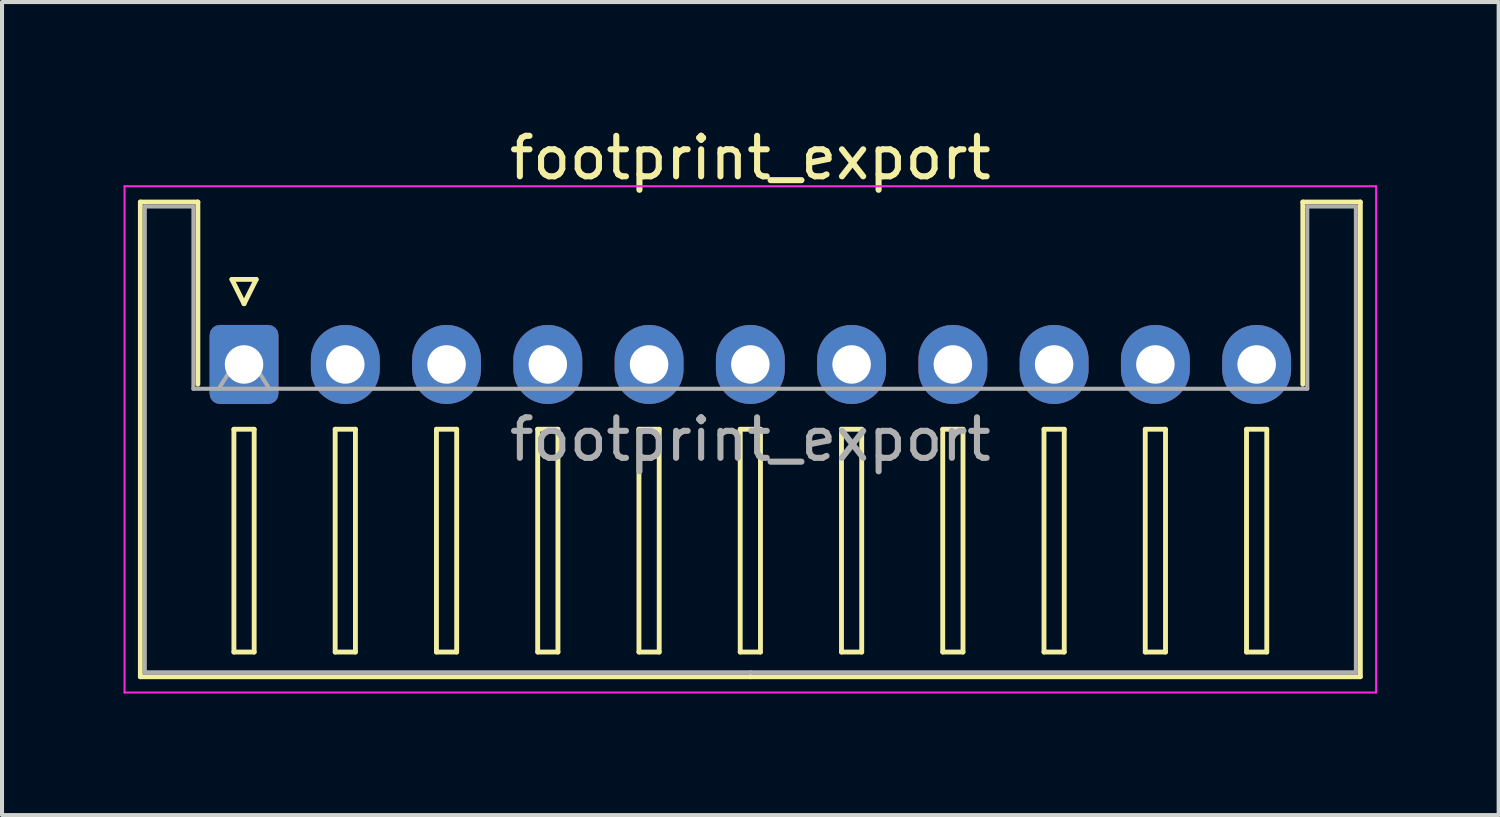
<source format=kicad_pcb>
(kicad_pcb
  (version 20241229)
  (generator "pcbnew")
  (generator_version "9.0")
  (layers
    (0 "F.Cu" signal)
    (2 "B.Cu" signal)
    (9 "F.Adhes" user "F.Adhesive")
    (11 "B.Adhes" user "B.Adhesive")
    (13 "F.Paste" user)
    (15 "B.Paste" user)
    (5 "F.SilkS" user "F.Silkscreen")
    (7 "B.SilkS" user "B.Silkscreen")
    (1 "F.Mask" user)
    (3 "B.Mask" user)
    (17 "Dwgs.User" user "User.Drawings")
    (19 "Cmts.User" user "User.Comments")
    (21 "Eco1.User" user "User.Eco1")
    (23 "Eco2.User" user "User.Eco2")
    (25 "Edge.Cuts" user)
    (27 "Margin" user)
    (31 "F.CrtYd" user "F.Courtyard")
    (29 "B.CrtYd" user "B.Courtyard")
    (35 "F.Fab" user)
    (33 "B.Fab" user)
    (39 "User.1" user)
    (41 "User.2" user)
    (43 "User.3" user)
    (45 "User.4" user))
  (footprint "footprint_export"
    (layer "F.Cu")
    (at 2.975 5.948)
    (property "Reference" "footprint_export" (at 12.5 -5.1 0) (layer "F.SilkS") (effects (font (size 1 1) (thickness 0.15))))
    (attr through_hole)
    (fp_line (start -2.56 -4.01) (end -1.14 -4.01) (stroke (width 0.12) (type solid)) (layer "F.SilkS"))
    (fp_line (start -2.56 7.71) (end -2.56 -4.01) (stroke (width 0.12) (type solid)) (layer "F.SilkS"))
    (fp_line (start -1.14 -4.01) (end -1.14 0.49) (stroke (width 0.12) (type solid)) (layer "F.SilkS"))
    (fp_line (start -0.3 -2.1) (end 0.3 -2.1) (stroke (width 0.12) (type solid)) (layer "F.SilkS"))
    (fp_line (start -0.25 1.6) (end -0.25 7.1) (stroke (width 0.12) (type solid)) (layer "F.SilkS"))
    (fp_line (start -0.25 7.1) (end 0.25 7.1) (stroke (width 0.12) (type solid)) (layer "F.SilkS"))
    (fp_line (start 0 -1.5) (end -0.3 -2.1) (stroke (width 0.12) (type solid)) (layer "F.SilkS"))
    (fp_line (start 0.25 1.6) (end -0.25 1.6) (stroke (width 0.12) (type solid)) (layer "F.SilkS"))
    (fp_line (start 0.25 7.1) (end 0.25 1.6) (stroke (width 0.12) (type solid)) (layer "F.SilkS"))
    (fp_line (start 0.3 -2.1) (end 0 -1.5) (stroke (width 0.12) (type solid)) (layer "F.SilkS"))
    (fp_line (start 2.25 1.6) (end 2.25 7.1) (stroke (width 0.12) (type solid)) (layer "F.SilkS"))
    (fp_line (start 2.25 7.1) (end 2.75 7.1) (stroke (width 0.12) (type solid)) (layer "F.SilkS"))
    (fp_line (start 2.75 1.6) (end 2.25 1.6) (stroke (width 0.12) (type solid)) (layer "F.SilkS"))
    (fp_line (start 2.75 7.1) (end 2.75 1.6) (stroke (width 0.12) (type solid)) (layer "F.SilkS"))
    (fp_line (start 4.75 1.6) (end 4.75 7.1) (stroke (width 0.12) (type solid)) (layer "F.SilkS"))
    (fp_line (start 4.75 7.1) (end 5.25 7.1) (stroke (width 0.12) (type solid)) (layer "F.SilkS"))
    (fp_line (start 5.25 1.6) (end 4.75 1.6) (stroke (width 0.12) (type solid)) (layer "F.SilkS"))
    (fp_line (start 5.25 7.1) (end 5.25 1.6) (stroke (width 0.12) (type solid)) (layer "F.SilkS"))
    (fp_line (start 7.25 1.6) (end 7.25 7.1) (stroke (width 0.12) (type solid)) (layer "F.SilkS"))
    (fp_line (start 7.25 7.1) (end 7.75 7.1) (stroke (width 0.12) (type solid)) (layer "F.SilkS"))
    (fp_line (start 7.75 1.6) (end 7.25 1.6) (stroke (width 0.12) (type solid)) (layer "F.SilkS"))
    (fp_line (start 7.75 7.1) (end 7.75 1.6) (stroke (width 0.12) (type solid)) (layer "F.SilkS"))
    (fp_line (start 9.75 1.6) (end 9.75 7.1) (stroke (width 0.12) (type solid)) (layer "F.SilkS"))
    (fp_line (start 9.75 7.1) (end 10.25 7.1) (stroke (width 0.12) (type solid)) (layer "F.SilkS"))
    (fp_line (start 10.25 1.6) (end 9.75 1.6) (stroke (width 0.12) (type solid)) (layer "F.SilkS"))
    (fp_line (start 10.25 7.1) (end 10.25 1.6) (stroke (width 0.12) (type solid)) (layer "F.SilkS"))
    (fp_line (start 12.25 1.6) (end 12.25 7.1) (stroke (width 0.12) (type solid)) (layer "F.SilkS"))
    (fp_line (start 12.25 7.1) (end 12.75 7.1) (stroke (width 0.12) (type solid)) (layer "F.SilkS"))
    (fp_line (start 12.5 7.71) (end -2.56 7.71) (stroke (width 0.12) (type solid)) (layer "F.SilkS"))
    (fp_line (start 12.5 7.71) (end 27.56 7.71) (stroke (width 0.12) (type solid)) (layer "F.SilkS"))
    (fp_line (start 12.75 1.6) (end 12.25 1.6) (stroke (width 0.12) (type solid)) (layer "F.SilkS"))
    (fp_line (start 12.75 7.1) (end 12.75 1.6) (stroke (width 0.12) (type solid)) (layer "F.SilkS"))
    (fp_line (start 14.75 1.6) (end 14.75 7.1) (stroke (width 0.12) (type solid)) (layer "F.SilkS"))
    (fp_line (start 14.75 7.1) (end 15.25 7.1) (stroke (width 0.12) (type solid)) (layer "F.SilkS"))
    (fp_line (start 15.25 1.6) (end 14.75 1.6) (stroke (width 0.12) (type solid)) (layer "F.SilkS"))
    (fp_line (start 15.25 7.1) (end 15.25 1.6) (stroke (width 0.12) (type solid)) (layer "F.SilkS"))
    (fp_line (start 17.25 1.6) (end 17.25 7.1) (stroke (width 0.12) (type solid)) (layer "F.SilkS"))
    (fp_line (start 17.25 7.1) (end 17.75 7.1) (stroke (width 0.12) (type solid)) (layer "F.SilkS"))
    (fp_line (start 17.75 1.6) (end 17.25 1.6) (stroke (width 0.12) (type solid)) (layer "F.SilkS"))
    (fp_line (start 17.75 7.1) (end 17.75 1.6) (stroke (width 0.12) (type solid)) (layer "F.SilkS"))
    (fp_line (start 19.75 1.6) (end 19.75 7.1) (stroke (width 0.12) (type solid)) (layer "F.SilkS"))
    (fp_line (start 19.75 7.1) (end 20.25 7.1) (stroke (width 0.12) (type solid)) (layer "F.SilkS"))
    (fp_line (start 20.25 1.6) (end 19.75 1.6) (stroke (width 0.12) (type solid)) (layer "F.SilkS"))
    (fp_line (start 20.25 7.1) (end 20.25 1.6) (stroke (width 0.12) (type solid)) (layer "F.SilkS"))
    (fp_line (start 22.25 1.6) (end 22.25 7.1) (stroke (width 0.12) (type solid)) (layer "F.SilkS"))
    (fp_line (start 22.25 7.1) (end 22.75 7.1) (stroke (width 0.12) (type solid)) (layer "F.SilkS"))
    (fp_line (start 22.75 1.6) (end 22.25 1.6) (stroke (width 0.12) (type solid)) (layer "F.SilkS"))
    (fp_line (start 22.75 7.1) (end 22.75 1.6) (stroke (width 0.12) (type solid)) (layer "F.SilkS"))
    (fp_line (start 24.75 1.6) (end 24.75 7.1) (stroke (width 0.12) (type solid)) (layer "F.SilkS"))
    (fp_line (start 24.75 7.1) (end 25.25 7.1) (stroke (width 0.12) (type solid)) (layer "F.SilkS"))
    (fp_line (start 25.25 1.6) (end 24.75 1.6) (stroke (width 0.12) (type solid)) (layer "F.SilkS"))
    (fp_line (start 25.25 7.1) (end 25.25 1.6) (stroke (width 0.12) (type solid)) (layer "F.SilkS"))
    (fp_line (start 26.14 -4.01) (end 26.14 0.49) (stroke (width 0.12) (type solid)) (layer "F.SilkS"))
    (fp_line (start 27.56 -4.01) (end 26.14 -4.01) (stroke (width 0.12) (type solid)) (layer "F.SilkS"))
    (fp_line (start 27.56 7.71) (end 27.56 -4.01) (stroke (width 0.12) (type solid)) (layer "F.SilkS"))
    (fp_line (start -2.95 -4.4) (end -2.95 8.1) (stroke (width 0.05) (type solid)) (layer "F.CrtYd"))
    (fp_line (start -2.95 8.1) (end 27.95 8.1) (stroke (width 0.05) (type solid)) (layer "F.CrtYd"))
    (fp_line (start 27.95 -4.4) (end -2.95 -4.4) (stroke (width 0.05) (type solid)) (layer "F.CrtYd"))
    (fp_line (start 27.95 8.1) (end 27.95 -4.4) (stroke (width 0.05) (type solid)) (layer "F.CrtYd"))
    (fp_line (start -2.45 -3.9) (end -1.25 -3.9) (stroke (width 0.1) (type solid)) (layer "F.Fab"))
    (fp_line (start -2.45 7.6) (end -2.45 -3.9) (stroke (width 0.1) (type solid)) (layer "F.Fab"))
    (fp_line (start -1.25 -3.9) (end -1.25 0.6) (stroke (width 0.1) (type solid)) (layer "F.Fab"))
    (fp_line (start -1.25 0.6) (end 12.5 0.6) (stroke (width 0.1) (type solid)) (layer "F.Fab"))
    (fp_line (start -0.625 0.6) (end 0 -0.4) (stroke (width 0.1) (type solid)) (layer "F.Fab"))
    (fp_line (start 0 -0.4) (end 0.625 0.6) (stroke (width 0.1) (type solid)) (layer "F.Fab"))
    (fp_line (start 12.5 7.6) (end -2.45 7.6) (stroke (width 0.1) (type solid)) (layer "F.Fab"))
    (fp_line (start 12.5 7.6) (end 27.45 7.6) (stroke (width 0.1) (type solid)) (layer "F.Fab"))
    (fp_line (start 26.25 -3.9) (end 26.25 0.6) (stroke (width 0.1) (type solid)) (layer "F.Fab"))
    (fp_line (start 26.25 0.6) (end 12.5 0.6) (stroke (width 0.1) (type solid)) (layer "F.Fab"))
    (fp_line (start 27.45 -3.9) (end 26.25 -3.9) (stroke (width 0.1) (type solid)) (layer "F.Fab"))
    (fp_line (start 27.45 7.6) (end 27.45 -3.9) (stroke (width 0.1) (type solid)) (layer "F.Fab"))
    (fp_text user "${REFERENCE}" (at 12.5 1.85 0) (layer "F.Fab") (effects (font (size 1 1) (thickness 0.15))))
    (pad "1" thru_hole roundrect (at 0 0) (size 1.7 1.95) (drill 0.95) (layers "*.Cu" "*.Mask") (roundrect_rratio 0.147))
    (pad "2" thru_hole oval (at 2.5 0) (size 1.7 1.95) (drill 0.95) (layers "*.Cu" "*.Mask"))
    (pad "3" thru_hole oval (at 5 0) (size 1.7 1.95) (drill 0.95) (layers "*.Cu" "*.Mask"))
    (pad "4" thru_hole oval (at 7.5 0) (size 1.7 1.95) (drill 0.95) (layers "*.Cu" "*.Mask"))
    (pad "5" thru_hole oval (at 10 0) (size 1.7 1.95) (drill 0.95) (layers "*.Cu" "*.Mask"))
    (pad "6" thru_hole oval (at 12.5 0) (size 1.7 1.95) (drill 0.95) (layers "*.Cu" "*.Mask"))
    (pad "7" thru_hole oval (at 15 0) (size 1.7 1.95) (drill 0.95) (layers "*.Cu" "*.Mask"))
    (pad "8" thru_hole oval (at 17.5 0) (size 1.7 1.95) (drill 0.95) (layers "*.Cu" "*.Mask"))
    (pad "9" thru_hole oval (at 20 0) (size 1.7 1.95) (drill 0.95) (layers "*.Cu" "*.Mask"))
    (pad "10" thru_hole oval (at 22.5 0) (size 1.7 1.95) (drill 0.95) (layers "*.Cu" "*.Mask"))
    (pad "11" thru_hole oval (at 25 0) (size 1.7 1.95) (drill 0.95) (layers "*.Cu" "*.Mask")))
  (gr_rect
    (start -3 -3)
    (end 33.95 17.073)
    (stroke (width 0.1) (type default))
    (fill no)
    (layer "Edge.Cuts")))
</source>
